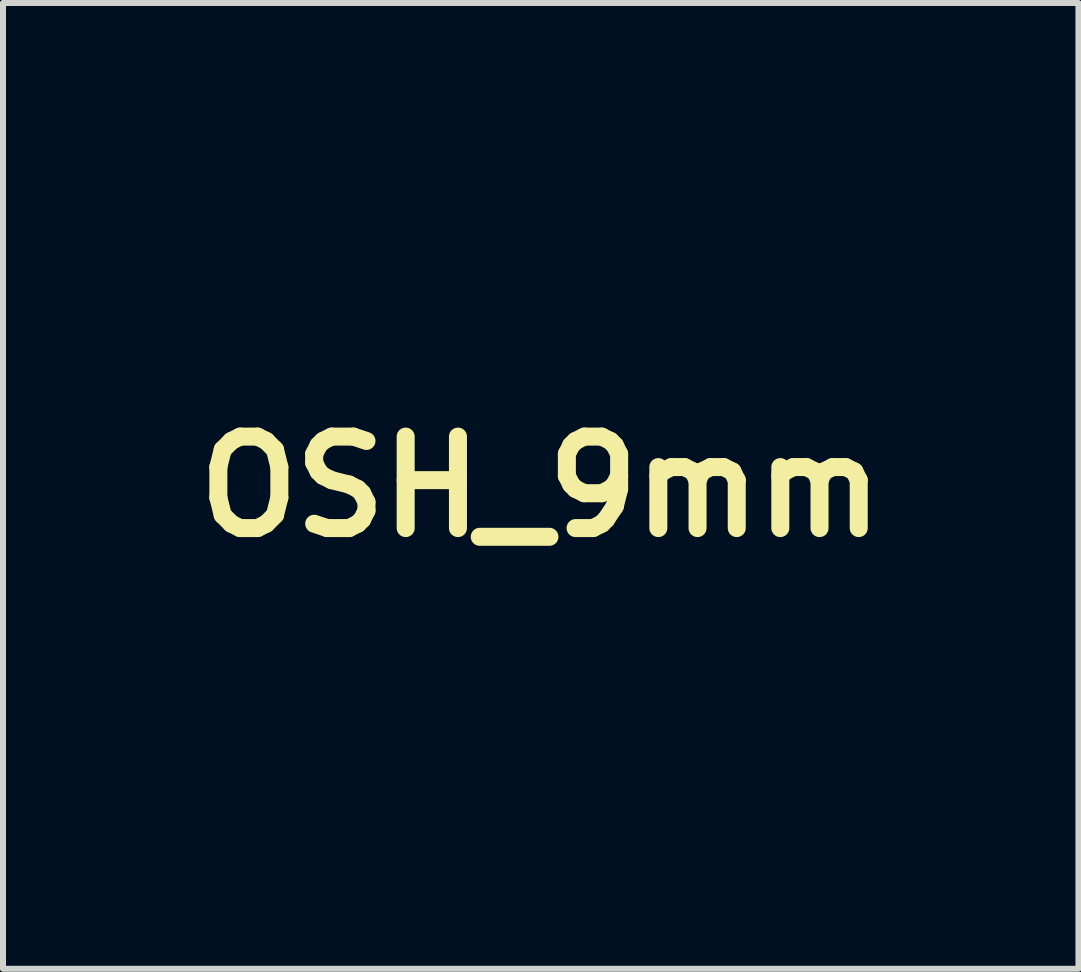
<source format=kicad_pcb>
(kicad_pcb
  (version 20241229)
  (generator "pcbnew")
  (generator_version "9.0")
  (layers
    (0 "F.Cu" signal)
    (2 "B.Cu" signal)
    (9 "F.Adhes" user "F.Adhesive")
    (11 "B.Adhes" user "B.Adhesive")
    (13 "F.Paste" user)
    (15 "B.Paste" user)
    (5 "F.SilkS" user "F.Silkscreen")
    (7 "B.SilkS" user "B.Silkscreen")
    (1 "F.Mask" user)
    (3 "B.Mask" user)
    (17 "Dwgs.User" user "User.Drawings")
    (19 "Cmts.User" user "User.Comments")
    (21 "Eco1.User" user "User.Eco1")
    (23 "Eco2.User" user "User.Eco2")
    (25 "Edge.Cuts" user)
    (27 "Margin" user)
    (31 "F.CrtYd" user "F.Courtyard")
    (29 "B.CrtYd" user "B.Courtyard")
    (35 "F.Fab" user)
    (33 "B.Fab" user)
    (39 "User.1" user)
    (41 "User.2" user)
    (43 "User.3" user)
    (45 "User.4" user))
  (footprint "OSH_9mm"
    (layer "F.Cu")
    (at 5.958 5.058)
    (property "Reference" "OSH_9mm" (at 0 0 0) (layer "F.SilkS") (effects (font (size 1.524 1.524) (thickness 0.3))))
    (attr through_hole)
    (fp_poly (pts (xy -1.252 4.033) (xy -1.239 4.038) (xy -1.166 4.067) (xy -1.151 4.098) (xy -1.187 4.155) (xy -1.191 4.16) (xy -1.258 4.22) (xy -1.348 4.228) (xy -1.365 4.226) (xy -1.461 4.222) (xy -1.528 4.253) (xy -1.569 4.327) (xy -1.592 4.455) (xy -1.599 4.644) (xy -1.599 4.672) (xy -1.599 5.015) (xy -1.817 5.015) (xy -1.817 4.033) (xy -1.708 4.033) (xy -1.631 4.043) (xy -1.599 4.068) (xy -1.599 4.068) (xy -1.57 4.078) (xy -1.498 4.06) (xy -1.475 4.051) (xy -1.359 4.018) (xy -1.252 4.033)) (stroke (width 0.01) (type solid)) (fill yes) (layer "F.Mask"))
    (fp_poly (pts (xy 2.816 4.035) (xy 2.874 4.059) (xy 2.88 4.111) (xy 2.851 4.17) (xy 2.791 4.226) (xy 2.708 4.231) (xy 2.687 4.227) (xy 2.574 4.23) (xy 2.506 4.271) (xy 2.472 4.311) (xy 2.45 4.369) (xy 2.439 4.46) (xy 2.435 4.6) (xy 2.435 4.675) (xy 2.434 4.833) (xy 2.43 4.933) (xy 2.418 4.987) (xy 2.395 5.01) (xy 2.357 5.015) (xy 2.344 5.015) (xy 2.253 5.015) (xy 2.253 4.033) (xy 2.344 4.033) (xy 2.412 4.046) (xy 2.435 4.071) (xy 2.46 4.088) (xy 2.512 4.067) (xy 2.603 4.039) (xy 2.714 4.027) (xy 2.816 4.035)) (stroke (width 0.01) (type solid)) (fill yes) (layer "F.Mask"))
    (fp_poly (pts (xy -1.285 2.457) (xy -1.166 2.529) (xy -1.054 2.623) (xy -1.054 3.452) (xy -1.145 3.452) (xy -1.188 3.449) (xy -1.214 3.432) (xy -1.229 3.387) (xy -1.234 3.299) (xy -1.235 3.155) (xy -1.235 3.123) (xy -1.24 2.927) (xy -1.255 2.794) (xy -1.287 2.711) (xy -1.339 2.667) (xy -1.416 2.653) (xy -1.435 2.653) (xy -1.518 2.662) (xy -1.575 2.699) (xy -1.611 2.773) (xy -1.629 2.896) (xy -1.635 3.078) (xy -1.635 3.123) (xy -1.635 3.452) (xy -1.855 3.452) (xy -1.845 2.952) (xy -1.835 2.453) (xy -1.735 2.441) (xy -1.659 2.445) (xy -1.635 2.487) (xy -1.635 2.489) (xy -1.629 2.527) (xy -1.597 2.519) (xy -1.554 2.491) (xy -1.423 2.44) (xy -1.285 2.457)) (stroke (width 0.01) (type solid)) (fill yes) (layer "F.Mask"))
    (fp_poly (pts (xy 2.665 2.445) (xy 2.689 2.487) (xy 2.689 2.489) (xy 2.695 2.527) (xy 2.727 2.519) (xy 2.77 2.491) (xy 2.891 2.442) (xy 3.02 2.445) (xy 3.102 2.481) (xy 3.143 2.519) (xy 3.133 2.554) (xy 3.089 2.598) (xy 2.974 2.655) (xy 2.889 2.658) (xy 2.807 2.661) (xy 2.75 2.695) (xy 2.714 2.769) (xy 2.696 2.893) (xy 2.689 3.077) (xy 2.689 3.123) (xy 2.688 3.278) (xy 2.684 3.375) (xy 2.671 3.427) (xy 2.647 3.448) (xy 2.607 3.452) (xy 2.597 3.452) (xy 2.521 3.435) (xy 2.487 3.405) (xy 2.481 3.352) (xy 2.477 3.242) (xy 2.476 3.091) (xy 2.479 2.915) (xy 2.479 2.905) (xy 2.489 2.453) (xy 2.589 2.441) (xy 2.665 2.445)) (stroke (width 0.01) (type solid)) (fill yes) (layer "F.Mask"))
    (fp_poly (pts (xy 3.678 2.452) (xy 3.813 2.501) (xy 3.865 2.541) (xy 3.914 2.599) (xy 3.913 2.639) (xy 3.882 2.674) (xy 3.819 2.712) (xy 3.749 2.693) (xy 3.608 2.649) (xy 3.486 2.671) (xy 3.394 2.75) (xy 3.347 2.878) (xy 3.343 2.936) (xy 3.368 3.088) (xy 3.437 3.195) (xy 3.539 3.247) (xy 3.665 3.237) (xy 3.716 3.217) (xy 3.807 3.183) (xy 3.867 3.196) (xy 3.875 3.202) (xy 3.921 3.267) (xy 3.896 3.331) (xy 3.819 3.39) (xy 3.669 3.442) (xy 3.504 3.444) (xy 3.383 3.406) (xy 3.255 3.308) (xy 3.178 3.168) (xy 3.15 2.979) (xy 3.149 2.948) (xy 3.167 2.759) (xy 3.224 2.621) (xy 3.328 2.52) (xy 3.386 2.486) (xy 3.526 2.446) (xy 3.678 2.452)) (stroke (width 0.01) (type solid)) (fill yes) (layer "F.Mask"))
    (fp_poly (pts (xy 1.672 2.777) (xy 1.673 2.945) (xy 1.681 3.056) (xy 1.698 3.128) (xy 1.726 3.177) (xy 1.746 3.2) (xy 1.834 3.254) (xy 1.901 3.25) (xy 1.975 3.217) (xy 2.025 3.161) (xy 2.055 3.07) (xy 2.068 2.93) (xy 2.071 2.773) (xy 2.072 2.615) (xy 2.076 2.516) (xy 2.088 2.462) (xy 2.111 2.439) (xy 2.149 2.435) (xy 2.162 2.435) (xy 2.253 2.435) (xy 2.253 3.452) (xy 2.162 3.452) (xy 2.088 3.433) (xy 2.071 3.396) (xy 2.065 3.359) (xy 2.032 3.368) (xy 1.99 3.396) (xy 1.861 3.447) (xy 1.721 3.441) (xy 1.598 3.381) (xy 1.581 3.365) (xy 1.52 3.284) (xy 1.481 3.179) (xy 1.461 3.036) (xy 1.458 2.84) (xy 1.461 2.743) (xy 1.467 2.599) (xy 1.477 2.512) (xy 1.495 2.467) (xy 1.529 2.448) (xy 1.572 2.441) (xy 1.672 2.43) (xy 1.672 2.777)) (stroke (width 0.01) (type solid)) (fill yes) (layer "F.Mask"))
    (fp_poly (pts (xy -0.327 5.015) (xy -0.436 5.015) (xy -0.513 5.003) (xy -0.545 4.974) (xy -0.545 4.974) (xy -0.563 4.953) (xy -0.59 4.969) (xy -0.714 5.02) (xy -0.872 5.014) (xy -0.899 5.007) (xy -1.008 4.951) (xy -1.08 4.845) (xy -1.118 4.684) (xy -1.126 4.524) (xy -0.908 4.524) (xy -0.9 4.679) (xy -0.869 4.774) (xy -0.809 4.821) (xy -0.727 4.833) (xy -0.638 4.817) (xy -0.589 4.789) (xy -0.565 4.731) (xy -0.549 4.624) (xy -0.545 4.524) (xy -0.554 4.369) (xy -0.585 4.274) (xy -0.644 4.227) (xy -0.727 4.215) (xy -0.818 4.23) (xy -0.874 4.283) (xy -0.902 4.384) (xy -0.908 4.524) (xy -1.126 4.524) (xy -1.117 4.36) (xy -1.09 4.227) (xy -1.072 4.178) (xy -0.982 4.078) (xy -0.856 4.03) (xy -0.71 4.039) (xy -0.663 4.055) (xy -0.545 4.102) (xy -0.545 3.634) (xy -0.327 3.634) (xy -0.327 5.015)) (stroke (width 0.01) (type solid)) (fill yes) (layer "F.Mask"))
    (fp_poly (pts (xy 1.047 2.466) (xy 1.171 2.546) (xy 1.217 2.603) (xy 1.273 2.74) (xy 1.298 2.913) (xy 1.287 3.092) (xy 1.274 3.154) (xy 1.201 3.3) (xy 1.086 3.4) (xy 0.944 3.449) (xy 0.792 3.443) (xy 0.646 3.376) (xy 0.611 3.348) (xy 0.546 3.282) (xy 0.508 3.214) (xy 0.489 3.119) (xy 0.48 3.008) (xy 0.479 2.949) (xy 0.69 2.949) (xy 0.695 3.075) (xy 0.714 3.152) (xy 0.754 3.201) (xy 0.771 3.214) (xy 0.879 3.251) (xy 0.986 3.221) (xy 1.045 3.169) (xy 1.075 3.089) (xy 1.088 2.97) (xy 1.083 2.843) (xy 1.06 2.739) (xy 1.053 2.723) (xy 0.99 2.673) (xy 0.892 2.652) (xy 0.793 2.663) (xy 0.734 2.696) (xy 0.71 2.755) (xy 0.694 2.859) (xy 0.69 2.949) (xy 0.479 2.949) (xy 0.478 2.836) (xy 0.501 2.712) (xy 0.524 2.659) (xy 0.622 2.537) (xy 0.754 2.463) (xy 0.902 2.439) (xy 1.047 2.466)) (stroke (width 0.01) (type solid)) (fill yes) (layer "F.Mask"))
    (fp_poly (pts (xy -4.205 2.456) (xy -4.132 2.512) (xy -4.089 2.554) (xy -4.019 2.629) (xy -3.981 2.695) (xy -3.964 2.778) (xy -3.961 2.906) (xy -3.961 2.92) (xy -3.973 3.119) (xy -4.012 3.261) (xy -4.083 3.357) (xy -4.148 3.4) (xy -4.316 3.453) (xy -4.475 3.434) (xy -4.621 3.344) (xy -4.641 3.325) (xy -4.705 3.257) (xy -4.742 3.2) (xy -4.758 3.131) (xy -4.759 3.029) (xy -4.756 2.952) (xy -4.56 2.952) (xy -4.553 3.073) (xy -4.523 3.15) (xy -4.474 3.202) (xy -4.365 3.25) (xy -4.258 3.23) (xy -4.188 3.169) (xy -4.155 3.085) (xy -4.143 2.966) (xy -4.151 2.841) (xy -4.179 2.741) (xy -4.2 2.71) (xy -4.288 2.663) (xy -4.397 2.658) (xy -4.49 2.693) (xy -4.511 2.713) (xy -4.54 2.783) (xy -4.558 2.894) (xy -4.56 2.952) (xy -4.756 2.952) (xy -4.754 2.925) (xy -4.731 2.728) (xy -4.677 2.59) (xy -4.586 2.502) (xy -4.451 2.454) (xy -4.384 2.444) (xy -4.278 2.438) (xy -4.205 2.456)) (stroke (width 0.01) (type solid)) (fill yes) (layer "F.Mask"))
    (fp_poly (pts (xy 3.514 4.067) (xy 3.633 4.166) (xy 3.711 4.313) (xy 3.734 4.43) (xy 3.752 4.615) (xy 3.439 4.615) (xy 3.278 4.618) (xy 3.18 4.627) (xy 3.133 4.646) (xy 3.125 4.664) (xy 3.157 4.739) (xy 3.237 4.796) (xy 3.34 4.829) (xy 3.442 4.829) (xy 3.514 4.793) (xy 3.57 4.772) (xy 3.63 4.794) (xy 3.696 4.847) (xy 3.691 4.9) (xy 3.625 4.955) (xy 3.457 5.019) (xy 3.274 5.021) (xy 3.201 5.002) (xy 3.063 4.928) (xy 2.975 4.812) (xy 2.932 4.646) (xy 2.925 4.524) (xy 2.943 4.348) (xy 3.126 4.348) (xy 3.134 4.399) (xy 3.21 4.426) (xy 3.325 4.433) (xy 3.441 4.43) (xy 3.502 4.415) (xy 3.524 4.384) (xy 3.525 4.368) (xy 3.494 4.283) (xy 3.419 4.229) (xy 3.32 4.213) (xy 3.222 4.242) (xy 3.182 4.272) (xy 3.126 4.348) (xy 2.943 4.348) (xy 2.945 4.325) (xy 3.007 4.181) (xy 3.116 4.084) (xy 3.2 4.047) (xy 3.366 4.025) (xy 3.514 4.067)) (stroke (width 0.01) (type solid)) (fill yes) (layer "F.Mask"))
    (fp_poly (pts (xy 0.197 2.484) (xy 0.27 2.526) (xy 0.317 2.57) (xy 0.31 2.609) (xy 0.276 2.649) (xy 0.223 2.694) (xy 0.169 2.693) (xy 0.116 2.668) (xy -0.005 2.625) (xy -0.111 2.623) (xy -0.186 2.658) (xy -0.214 2.726) (xy -0.212 2.747) (xy -0.185 2.792) (xy -0.115 2.822) (xy 0.000413 2.843) (xy 0.171 2.89) (xy 0.29 2.97) (xy 0.353 3.074) (xy 0.354 3.193) (xy 0.288 3.318) (xy 0.279 3.328) (xy 0.21 3.391) (xy 0.124 3.424) (xy -0.003 3.44) (xy -0.167 3.437) (xy -0.299 3.408) (xy -0.314 3.402) (xy -0.422 3.338) (xy -0.46 3.276) (xy -0.429 3.212) (xy -0.429 3.211) (xy -0.385 3.181) (xy -0.329 3.184) (xy -0.244 3.215) (xy -0.084 3.263) (xy 0.039 3.26) (xy 0.109 3.216) (xy 0.141 3.142) (xy 0.104 3.084) (xy -0.003 3.043) (xy -0.078 3.03) (xy -0.249 2.985) (xy -0.367 2.907) (xy -0.427 2.804) (xy -0.424 2.685) (xy -0.362 2.568) (xy -0.256 2.487) (xy -0.112 2.445) (xy 0.047 2.443) (xy 0.197 2.484)) (stroke (width 0.01) (type solid)) (fill yes) (layer "F.Mask"))
    (fp_poly (pts (xy 4.515 2.45) (xy 4.641 2.509) (xy 4.744 2.611) (xy 4.812 2.753) (xy 4.833 2.906) (xy 4.833 3.016) (xy 4.522 3.016) (xy 4.371 3.017) (xy 4.28 3.022) (xy 4.234 3.036) (xy 4.219 3.061) (xy 4.222 3.097) (xy 4.26 3.172) (xy 4.331 3.232) (xy 4.41 3.265) (xy 4.488 3.262) (xy 4.56 3.239) (xy 4.659 3.212) (xy 4.721 3.22) (xy 4.744 3.236) (xy 4.789 3.287) (xy 4.778 3.33) (xy 4.704 3.378) (xy 4.673 3.393) (xy 4.51 3.442) (xy 4.346 3.443) (xy 4.224 3.404) (xy 4.107 3.3) (xy 4.032 3.151) (xy 4.003 2.975) (xy 4.022 2.799) (xy 4.215 2.799) (xy 4.224 2.84) (xy 4.262 2.862) (xy 4.346 2.87) (xy 4.418 2.871) (xy 4.533 2.868) (xy 4.591 2.857) (xy 4.611 2.829) (xy 4.608 2.79) (xy 4.57 2.715) (xy 4.501 2.656) (xy 4.425 2.623) (xy 4.363 2.633) (xy 4.31 2.665) (xy 4.243 2.73) (xy 4.215 2.799) (xy 4.022 2.799) (xy 4.024 2.788) (xy 4.047 2.715) (xy 4.133 2.568) (xy 4.248 2.477) (xy 4.38 2.438) (xy 4.515 2.45)) (stroke (width 0.01) (type solid)) (fill yes) (layer "F.Mask"))
    (fp_poly (pts (xy -2.292 2.459) (xy -2.219 2.493) (xy -2.114 2.576) (xy -2.049 2.685) (xy -2.012 2.843) (xy -2.011 2.853) (xy -1.989 3.016) (xy -2.303 3.016) (xy -2.455 3.018) (xy -2.548 3.024) (xy -2.597 3.039) (xy -2.615 3.064) (xy -2.616 3.083) (xy -2.591 3.157) (xy -2.542 3.217) (xy -2.488 3.257) (xy -2.43 3.266) (xy -2.338 3.25) (xy -2.3 3.24) (xy -2.19 3.215) (xy -2.125 3.217) (xy -2.082 3.244) (xy -2.055 3.288) (xy -2.08 3.335) (xy -2.106 3.36) (xy -2.217 3.418) (xy -2.362 3.443) (xy -2.514 3.432) (xy -2.639 3.385) (xy -2.744 3.28) (xy -2.809 3.136) (xy -2.835 2.97) (xy -2.822 2.804) (xy -2.616 2.804) (xy -2.606 2.843) (xy -2.563 2.863) (xy -2.472 2.87) (xy -2.416 2.871) (xy -2.296 2.866) (xy -2.234 2.849) (xy -2.217 2.816) (xy -2.246 2.743) (xy -2.314 2.669) (xy -2.393 2.622) (xy -2.423 2.616) (xy -2.509 2.646) (xy -2.583 2.716) (xy -2.616 2.8) (xy -2.616 2.804) (xy -2.822 2.804) (xy -2.822 2.802) (xy -2.77 2.65) (xy -2.68 2.532) (xy -2.621 2.492) (xy -2.453 2.439) (xy -2.292 2.459)) (stroke (width 0.01) (type solid)) (fill yes) (layer "F.Mask"))
    (fp_poly (pts (xy 1.709 4.026) (xy 1.836 4.054) (xy 1.87 4.069) (xy 1.941 4.13) (xy 1.99 4.233) (xy 2.02 4.384) (xy 2.034 4.595) (xy 2.035 4.697) (xy 2.035 5.015) (xy 1.926 5.015) (xy 1.849 5.003) (xy 1.817 4.974) (xy 1.817 4.974) (xy 1.799 4.953) (xy 1.771 4.969) (xy 1.659 5.018) (xy 1.515 5.026) (xy 1.427 5.009) (xy 1.315 4.945) (xy 1.239 4.838) (xy 1.22 4.743) (xy 1.419 4.743) (xy 1.43 4.778) (xy 1.479 4.816) (xy 1.568 4.834) (xy 1.67 4.832) (xy 1.756 4.81) (xy 1.795 4.775) (xy 1.818 4.688) (xy 1.797 4.639) (xy 1.721 4.618) (xy 1.634 4.615) (xy 1.5 4.628) (xy 1.429 4.67) (xy 1.419 4.743) (xy 1.22 4.743) (xy 1.214 4.714) (xy 1.221 4.669) (xy 1.286 4.547) (xy 1.407 4.468) (xy 1.581 4.434) (xy 1.624 4.433) (xy 1.737 4.431) (xy 1.795 4.42) (xy 1.813 4.389) (xy 1.81 4.333) (xy 1.8 4.279) (xy 1.773 4.249) (xy 1.713 4.236) (xy 1.601 4.233) (xy 1.574 4.233) (xy 1.411 4.225) (xy 1.319 4.198) (xy 1.296 4.153) (xy 1.342 4.09) (xy 1.433 4.046) (xy 1.565 4.024) (xy 1.709 4.026)) (stroke (width 0.01) (type solid)) (fill yes) (layer "F.Mask"))
    (fp_poly (pts (xy -2.258 4.049) (xy -2.136 4.109) (xy -2.098 4.145) (xy -2.069 4.194) (xy -2.05 4.266) (xy -2.039 4.375) (xy -2.035 4.535) (xy -2.035 4.619) (xy -2.035 5.015) (xy -2.126 5.015) (xy -2.194 5.001) (xy -2.217 4.974) (xy -2.235 4.953) (xy -2.262 4.969) (xy -2.374 5.018) (xy -2.518 5.026) (xy -2.606 5.01) (xy -2.739 4.942) (xy -2.813 4.835) (xy -2.823 4.723) (xy -2.643 4.723) (xy -2.616 4.778) (xy -2.547 4.816) (xy -2.442 4.831) (xy -2.335 4.823) (xy -2.261 4.79) (xy -2.26 4.789) (xy -2.222 4.716) (xy -2.217 4.68) (xy -2.229 4.64) (xy -2.278 4.621) (xy -2.38 4.615) (xy -2.394 4.615) (xy -2.531 4.629) (xy -2.616 4.667) (xy -2.643 4.723) (xy -2.823 4.723) (xy -2.824 4.701) (xy -2.794 4.602) (xy -2.717 4.507) (xy -2.588 4.452) (xy -2.4 4.433) (xy -2.397 4.433) (xy -2.288 4.429) (xy -2.234 4.412) (xy -2.217 4.375) (xy -2.217 4.365) (xy -2.245 4.276) (xy -2.33 4.229) (xy -2.475 4.223) (xy -2.505 4.226) (xy -2.629 4.233) (xy -2.702 4.216) (xy -2.728 4.193) (xy -2.751 4.132) (xy -2.706 4.082) (xy -2.59 4.04) (xy -2.566 4.034) (xy -2.41 4.022) (xy -2.258 4.049)) (stroke (width 0.01) (type solid)) (fill yes) (layer "F.Mask"))
    (fp_poly (pts (xy 1.065 4.44) (xy 0.999 4.652) (xy 0.949 4.804) (xy 0.912 4.906) (xy 0.883 4.968) (xy 0.856 5.001) (xy 0.827 5.013) (xy 0.791 5.015) (xy 0.786 5.015) (xy 0.738 5.007) (xy 0.702 4.974) (xy 0.668 4.903) (xy 0.628 4.777) (xy 0.62 4.751) (xy 0.566 4.57) (xy 0.527 4.456) (xy 0.496 4.408) (xy 0.468 4.424) (xy 0.436 4.501) (xy 0.393 4.639) (xy 0.381 4.678) (xy 0.332 4.835) (xy 0.295 4.934) (xy 0.262 4.988) (xy 0.227 5.011) (xy 0.193 5.015) (xy 0.118 4.995) (xy 0.087 4.963) (xy 0.068 4.91) (xy 0.033 4.803) (xy -0.016 4.658) (xy -0.071 4.489) (xy -0.073 4.482) (xy -0.214 4.052) (xy -0.122 4.04) (xy -0.047 4.037) (xy -0.013 4.044) (xy 0.003 4.085) (xy 0.032 4.178) (xy 0.068 4.306) (xy 0.079 4.347) (xy 0.117 4.483) (xy 0.152 4.592) (xy 0.176 4.654) (xy 0.18 4.661) (xy 0.2 4.641) (xy 0.236 4.565) (xy 0.28 4.446) (xy 0.309 4.361) (xy 0.361 4.205) (xy 0.402 4.107) (xy 0.437 4.054) (xy 0.474 4.035) (xy 0.49 4.033) (xy 0.529 4.044) (xy 0.565 4.083) (xy 0.604 4.163) (xy 0.652 4.295) (xy 0.677 4.37) (xy 0.788 4.706) (xy 0.869 4.433) (xy 0.91 4.294) (xy 0.944 4.177) (xy 0.966 4.103) (xy 0.968 4.097) (xy 1.018 4.045) (xy 1.089 4.033) (xy 1.192 4.033) (xy 1.065 4.44)) (stroke (width 0.01) (type solid)) (fill yes) (layer "F.Mask"))
    (fp_poly (pts (xy -3.585 2.45) (xy -3.561 2.491) (xy -3.555 2.527) (xy -3.522 2.519) (xy -3.48 2.491) (xy -3.349 2.438) (xy -3.214 2.455) (xy -3.087 2.54) (xy -3.086 2.541) (xy -3.033 2.599) (xy -3.001 2.655) (xy -2.986 2.731) (xy -2.98 2.847) (xy -2.98 2.943) (xy -2.981 3.092) (xy -2.99 3.189) (xy -3.012 3.255) (xy -3.052 3.31) (xy -3.09 3.35) (xy -3.207 3.43) (xy -3.34 3.445) (xy -3.497 3.399) (xy -3.526 3.393) (xy -3.545 3.411) (xy -3.555 3.465) (xy -3.56 3.569) (xy -3.561 3.733) (xy -3.561 4.102) (xy -3.434 4.049) (xy -3.336 4.017) (xy -3.256 4.022) (xy -3.182 4.048) (xy -3.088 4.102) (xy -3.023 4.166) (xy -3.019 4.173) (xy -3.003 4.239) (xy -2.99 4.359) (xy -2.981 4.513) (xy -2.98 4.631) (xy -2.98 5.015) (xy -3.071 5.015) (xy -3.114 5.012) (xy -3.141 4.994) (xy -3.155 4.948) (xy -3.16 4.858) (xy -3.161 4.711) (xy -3.161 4.696) (xy -3.17 4.488) (xy -3.197 4.345) (xy -3.247 4.257) (xy -3.322 4.219) (xy -3.361 4.215) (xy -3.446 4.227) (xy -3.504 4.271) (xy -3.539 4.356) (xy -3.557 4.494) (xy -3.561 4.672) (xy -3.561 5.015) (xy -3.779 5.015) (xy -3.779 2.946) (xy -3.561 2.946) (xy -3.556 3.073) (xy -3.538 3.15) (xy -3.499 3.199) (xy -3.48 3.214) (xy -3.419 3.256) (xy -3.381 3.266) (xy -3.326 3.248) (xy -3.293 3.236) (xy -3.231 3.196) (xy -3.195 3.121) (xy -3.178 3.039) (xy -3.175 2.874) (xy -3.216 2.75) (xy -3.297 2.675) (xy -3.355 2.659) (xy -3.457 2.663) (xy -3.521 2.711) (xy -3.553 2.812) (xy -3.561 2.946) (xy -3.779 2.946) (xy -3.779 2.435) (xy -3.67 2.435) (xy -3.585 2.45)) (stroke (width 0.01) (type solid)) (fill yes) (layer "F.Mask"))
    (fp_poly (pts (xy 0.159 -5.052) (xy 0.312 -5.047) (xy 0.437 -5.036) (xy 0.514 -5.019) (xy 0.53 -5.009) (xy 0.546 -4.959) (xy 0.572 -4.852) (xy 0.603 -4.705) (xy 0.637 -4.53) (xy 0.64 -4.512) (xy 0.676 -4.336) (xy 0.712 -4.184) (xy 0.744 -4.073) (xy 0.769 -4.016) (xy 0.771 -4.014) (xy 0.825 -3.982) (xy 0.926 -3.934) (xy 1.055 -3.879) (xy 1.192 -3.824) (xy 1.316 -3.778) (xy 1.407 -3.749) (xy 1.44 -3.743) (xy 1.484 -3.762) (xy 1.575 -3.816) (xy 1.701 -3.895) (xy 1.85 -3.993) (xy 1.889 -4.02) (xy 2.298 -4.297) (xy 3.022 -3.572) (xy 2.747 -3.171) (xy 2.645 -3.02) (xy 2.56 -2.889) (xy 2.5 -2.79) (xy 2.472 -2.736) (xy 2.471 -2.732) (xy 2.485 -2.684) (xy 2.521 -2.586) (xy 2.575 -2.454) (xy 2.619 -2.351) (xy 2.767 -2.008) (xy 3.209 -1.928) (xy 3.383 -1.896) (xy 3.533 -1.868) (xy 3.642 -1.846) (xy 3.697 -1.834) (xy 3.697 -1.834) (xy 3.717 -1.806) (xy 3.73 -1.732) (xy 3.739 -1.603) (xy 3.742 -1.413) (xy 3.743 -1.31) (xy 3.742 -1.109) (xy 3.74 -0.968) (xy 3.733 -0.877) (xy 3.721 -0.824) (xy 3.702 -0.797) (xy 3.673 -0.784) (xy 3.661 -0.781) (xy 3.592 -0.767) (xy 3.47 -0.743) (xy 3.316 -0.714) (xy 3.204 -0.694) (xy 3.045 -0.663) (xy 2.914 -0.633) (xy 2.826 -0.608) (xy 2.798 -0.595) (xy 2.768 -0.544) (xy 2.722 -0.443) (xy 2.667 -0.312) (xy 2.611 -0.168) (xy 2.561 -0.032) (xy 2.524 0.077) (xy 2.507 0.142) (xy 2.507 0.145) (xy 2.527 0.197) (xy 2.581 0.293) (xy 2.662 0.422) (xy 2.76 0.569) (xy 2.767 0.578) (xy 3.026 0.953) (xy 2.298 1.681) (xy 1.525 1.148) (xy 1.327 1.246) (xy 1.216 1.298) (xy 1.152 1.318) (xy 1.117 1.311) (xy 1.095 1.28) (xy 1.072 1.229) (xy 1.025 1.122) (xy 0.96 0.968) (xy 0.88 0.779) (xy 0.791 0.565) (xy 0.746 0.456) (xy 0.431 -0.306) (xy 0.533 -0.38) (xy 0.715 -0.525) (xy 0.846 -0.663) (xy 0.944 -0.814) (xy 0.965 -0.856) (xy 1.016 -0.969) (xy 1.043 -1.068) (xy 1.052 -1.181) (xy 1.047 -1.335) (xy 1.019 -1.574) (xy 0.957 -1.767) (xy 0.851 -1.936) (xy 0.752 -2.046) (xy 0.552 -2.204) (xy 0.328 -2.299) (xy 0.068 -2.334) (xy 0.04 -2.334) (xy -0.236 -2.302) (xy -0.483 -2.205) (xy -0.694 -2.046) (xy -0.863 -1.831) (xy -0.9 -1.766) (xy -0.978 -1.543) (xy -1.002 -1.296) (xy -0.973 -1.051) (xy -0.9 -0.852) (xy -0.769 -0.658) (xy -0.588 -0.473) (xy -0.446 -0.363) (xy -0.365 -0.309) (xy -0.685 0.454) (xy -0.778 0.677) (xy -0.862 0.88) (xy -0.934 1.053) (xy -0.988 1.184) (xy -1.021 1.264) (xy -1.028 1.282) (xy -1.047 1.316) (xy -1.081 1.322) (xy -1.146 1.298) (xy -1.234 1.255) (xy -1.339 1.204) (xy -1.42 1.171) (xy -1.45 1.163) (xy -1.492 1.182) (xy -1.58 1.236) (xy -1.703 1.315) (xy -1.846 1.412) (xy -1.853 1.417) (xy -1.996 1.515) (xy -2.118 1.595) (xy -2.205 1.65) (xy -2.246 1.671) (xy -2.247 1.672) (xy -2.281 1.647) (xy -2.355 1.581) (xy -2.459 1.481) (xy -2.584 1.359) (xy -2.608 1.335) (xy -2.733 1.206) (xy -2.837 1.094) (xy -2.91 1.009) (xy -2.943 0.963) (xy -2.943 0.959) (xy -2.924 0.916) (xy -2.87 0.826) (xy -2.791 0.703) (xy -2.693 0.559) (xy -2.689 0.553) (xy -2.591 0.408) (xy -2.511 0.284) (xy -2.456 0.193) (xy -2.435 0.148) (xy -2.435 0.147) (xy -2.448 0.098) (xy -2.482 -0.001) (xy -2.53 -0.129) (xy -2.584 -0.27) (xy -2.639 -0.404) (xy -2.686 -0.514) (xy -2.718 -0.581) (xy -2.724 -0.591) (xy -2.764 -0.605) (xy -2.858 -0.629) (xy -2.991 -0.66) (xy -3.148 -0.695) (xy -3.31 -0.729) (xy -3.463 -0.76) (xy -3.59 -0.784) (xy -3.675 -0.798) (xy -3.696 -0.799) (xy -3.7 -0.834) (xy -3.703 -0.927) (xy -3.705 -1.068) (xy -3.706 -1.242) (xy -3.706 -1.307) (xy -3.706 -1.509) (xy -3.703 -1.649) (xy -3.697 -1.739) (xy -3.685 -1.792) (xy -3.665 -1.819) (xy -3.637 -1.832) (xy -3.625 -1.835) (xy -3.556 -1.849) (xy -3.435 -1.873) (xy -3.279 -1.902) (xy -3.144 -1.927) (xy -2.98 -1.96) (xy -2.84 -1.994) (xy -2.742 -2.025) (xy -2.705 -2.044) (xy -2.674 -2.096) (xy -2.623 -2.198) (xy -2.562 -2.332) (xy -2.528 -2.413) (xy -2.391 -2.736) (xy -2.667 -3.142) (xy -2.769 -3.293) (xy -2.854 -3.424) (xy -2.914 -3.523) (xy -2.942 -3.577) (xy -2.943 -3.582) (xy -2.919 -3.619) (xy -2.853 -3.695) (xy -2.759 -3.796) (xy -2.647 -3.911) (xy -2.529 -4.029) (xy -2.418 -4.137) (xy -2.325 -4.224) (xy -2.261 -4.277) (xy -2.242 -4.288) (xy -2.203 -4.268) (xy -2.116 -4.215) (xy -1.995 -4.135) (xy -1.85 -4.036) (xy -1.819 -4.015) (xy -1.667 -3.914) (xy -1.531 -3.829) (xy -1.425 -3.771) (xy -1.363 -3.746) (xy -1.358 -3.745) (xy -1.296 -3.76) (xy -1.187 -3.799) (xy -1.049 -3.854) (xy -0.981 -3.883) (xy -0.672 -4.019) (xy -0.581 -4.49) (xy -0.545 -4.669) (xy -0.511 -4.824) (xy -0.483 -4.94) (xy -0.463 -5.001) (xy -0.461 -5.006) (xy -0.414 -5.025) (xy -0.311 -5.039) (xy -0.17 -5.048) (xy -0.008 -5.053) (xy 0.159 -5.052)) (stroke (width 0.01) (type solid)) (fill yes) (layer "F.Mask")))
  (gr_rect
    (start -3 -3)
    (end 14.916 13.089)
    (stroke (width 0.1) (type default))
    (fill no)
    (layer "Edge.Cuts")))
</source>
